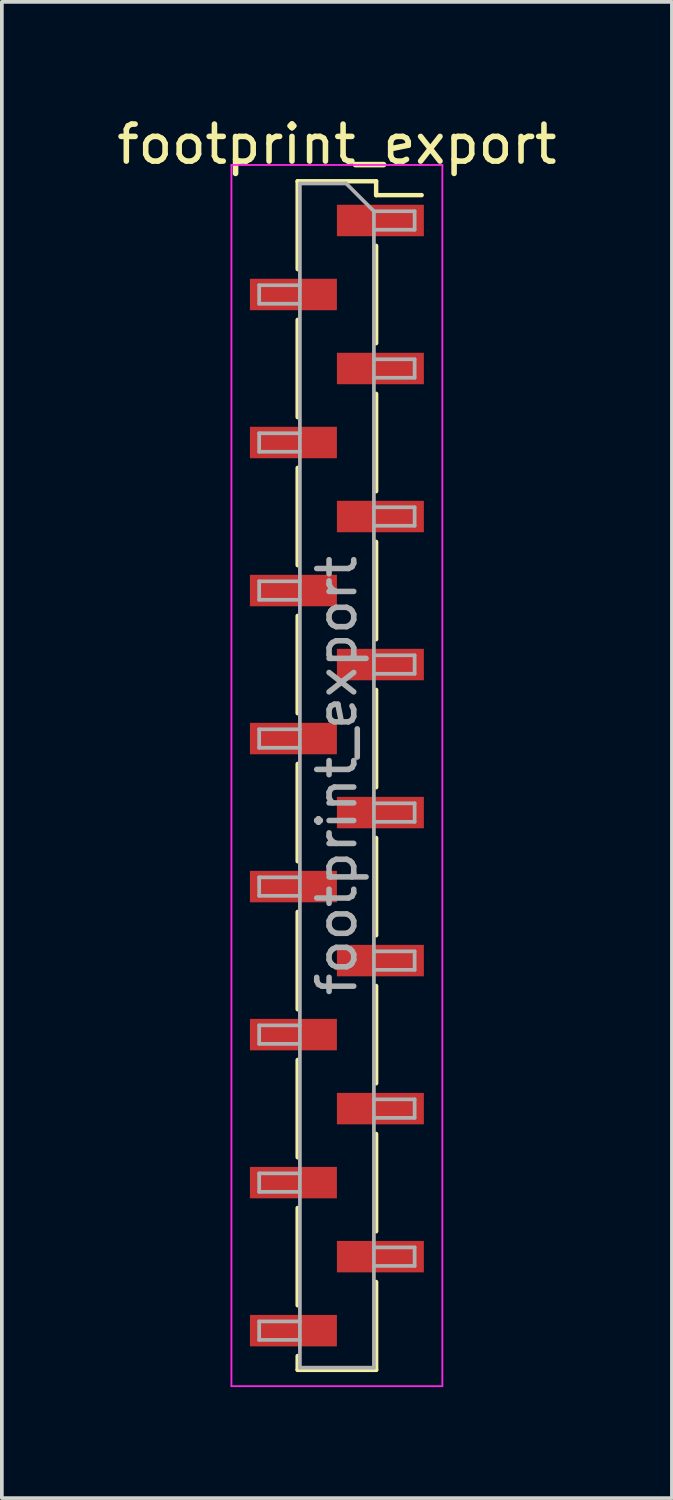
<source format=kicad_pcb>
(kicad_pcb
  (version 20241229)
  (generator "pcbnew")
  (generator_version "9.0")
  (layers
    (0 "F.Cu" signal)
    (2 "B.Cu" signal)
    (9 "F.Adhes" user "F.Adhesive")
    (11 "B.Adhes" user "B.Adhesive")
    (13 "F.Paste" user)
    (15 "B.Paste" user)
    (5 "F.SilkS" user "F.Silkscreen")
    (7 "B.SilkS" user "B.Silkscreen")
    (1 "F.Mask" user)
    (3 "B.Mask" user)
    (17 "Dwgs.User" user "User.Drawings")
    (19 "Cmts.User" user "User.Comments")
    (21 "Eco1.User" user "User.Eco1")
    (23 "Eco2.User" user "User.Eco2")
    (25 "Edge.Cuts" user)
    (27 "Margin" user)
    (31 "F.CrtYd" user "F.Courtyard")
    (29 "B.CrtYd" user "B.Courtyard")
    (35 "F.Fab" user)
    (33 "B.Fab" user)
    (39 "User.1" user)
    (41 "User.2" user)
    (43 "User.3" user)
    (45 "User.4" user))
  (footprint "footprint_export"
    (layer "F.Cu")
    (at 6.054 17.908)
    (property "Reference" "footprint_export" (at 0 -17.06 0) (layer "F.SilkS") (effects (font (size 1 1) (thickness 0.15))))
    (attr smd)
    (fp_line (start -1.06 -16.06) (end -1.06 -13.685) (stroke (width 0.12) (type solid)) (layer "F.SilkS"))
    (fp_line (start -1.06 -16.06) (end 1.06 -16.06) (stroke (width 0.12) (type solid)) (layer "F.SilkS"))
    (fp_line (start -1.06 -12.315) (end -1.06 -9.685) (stroke (width 0.12) (type solid)) (layer "F.SilkS"))
    (fp_line (start -1.06 -8.315) (end -1.06 -5.685) (stroke (width 0.12) (type solid)) (layer "F.SilkS"))
    (fp_line (start -1.06 -4.315) (end -1.06 -1.685) (stroke (width 0.12) (type solid)) (layer "F.SilkS"))
    (fp_line (start -1.06 -0.315) (end -1.06 2.315) (stroke (width 0.12) (type solid)) (layer "F.SilkS"))
    (fp_line (start -1.06 3.685) (end -1.06 6.315) (stroke (width 0.12) (type solid)) (layer "F.SilkS"))
    (fp_line (start -1.06 7.685) (end -1.06 10.315) (stroke (width 0.12) (type solid)) (layer "F.SilkS"))
    (fp_line (start -1.06 11.685) (end -1.06 14.315) (stroke (width 0.12) (type solid)) (layer "F.SilkS"))
    (fp_line (start -1.06 15.685) (end -1.06 16.06) (stroke (width 0.12) (type solid)) (layer "F.SilkS"))
    (fp_line (start -1.06 16.06) (end 1.06 16.06) (stroke (width 0.12) (type solid)) (layer "F.SilkS"))
    (fp_line (start 1.06 -16.06) (end 1.06 -15.685) (stroke (width 0.12) (type solid)) (layer "F.SilkS"))
    (fp_line (start 1.06 -15.685) (end 2.29 -15.685) (stroke (width 0.12) (type solid)) (layer "F.SilkS"))
    (fp_line (start 1.06 -14.315) (end 1.06 -11.685) (stroke (width 0.12) (type solid)) (layer "F.SilkS"))
    (fp_line (start 1.06 -10.315) (end 1.06 -7.685) (stroke (width 0.12) (type solid)) (layer "F.SilkS"))
    (fp_line (start 1.06 -6.315) (end 1.06 -3.685) (stroke (width 0.12) (type solid)) (layer "F.SilkS"))
    (fp_line (start 1.06 -2.315) (end 1.06 0.315) (stroke (width 0.12) (type solid)) (layer "F.SilkS"))
    (fp_line (start 1.06 1.685) (end 1.06 4.315) (stroke (width 0.12) (type solid)) (layer "F.SilkS"))
    (fp_line (start 1.06 5.685) (end 1.06 8.315) (stroke (width 0.12) (type solid)) (layer "F.SilkS"))
    (fp_line (start 1.06 9.685) (end 1.06 12.315) (stroke (width 0.12) (type solid)) (layer "F.SilkS"))
    (fp_line (start 1.06 13.685) (end 1.06 16.06) (stroke (width 0.12) (type solid)) (layer "F.SilkS"))
    (fp_line (start -2.85 -16.5) (end -2.85 16.5) (stroke (width 0.05) (type solid)) (layer "F.CrtYd"))
    (fp_line (start -2.85 16.5) (end 2.85 16.5) (stroke (width 0.05) (type solid)) (layer "F.CrtYd"))
    (fp_line (start 2.85 -16.5) (end -2.85 -16.5) (stroke (width 0.05) (type solid)) (layer "F.CrtYd"))
    (fp_line (start 2.85 16.5) (end 2.85 -16.5) (stroke (width 0.05) (type solid)) (layer "F.CrtYd"))
    (fp_line (start -2.1 -13.25) (end -2.1 -12.75) (stroke (width 0.1) (type solid)) (layer "F.Fab"))
    (fp_line (start -2.1 -12.75) (end -1 -12.75) (stroke (width 0.1) (type solid)) (layer "F.Fab"))
    (fp_line (start -2.1 -9.25) (end -2.1 -8.75) (stroke (width 0.1) (type solid)) (layer "F.Fab"))
    (fp_line (start -2.1 -8.75) (end -1 -8.75) (stroke (width 0.1) (type solid)) (layer "F.Fab"))
    (fp_line (start -2.1 -5.25) (end -2.1 -4.75) (stroke (width 0.1) (type solid)) (layer "F.Fab"))
    (fp_line (start -2.1 -4.75) (end -1 -4.75) (stroke (width 0.1) (type solid)) (layer "F.Fab"))
    (fp_line (start -2.1 -1.25) (end -2.1 -0.75) (stroke (width 0.1) (type solid)) (layer "F.Fab"))
    (fp_line (start -2.1 -0.75) (end -1 -0.75) (stroke (width 0.1) (type solid)) (layer "F.Fab"))
    (fp_line (start -2.1 2.75) (end -2.1 3.25) (stroke (width 0.1) (type solid)) (layer "F.Fab"))
    (fp_line (start -2.1 3.25) (end -1 3.25) (stroke (width 0.1) (type solid)) (layer "F.Fab"))
    (fp_line (start -2.1 6.75) (end -2.1 7.25) (stroke (width 0.1) (type solid)) (layer "F.Fab"))
    (fp_line (start -2.1 7.25) (end -1 7.25) (stroke (width 0.1) (type solid)) (layer "F.Fab"))
    (fp_line (start -2.1 10.75) (end -2.1 11.25) (stroke (width 0.1) (type solid)) (layer "F.Fab"))
    (fp_line (start -2.1 11.25) (end -1 11.25) (stroke (width 0.1) (type solid)) (layer "F.Fab"))
    (fp_line (start -2.1 14.75) (end -2.1 15.25) (stroke (width 0.1) (type solid)) (layer "F.Fab"))
    (fp_line (start -2.1 15.25) (end -1 15.25) (stroke (width 0.1) (type solid)) (layer "F.Fab"))
    (fp_line (start -1 -16) (end -1 16) (stroke (width 0.1) (type solid)) (layer "F.Fab"))
    (fp_line (start -1 -16) (end 0.25 -16) (stroke (width 0.1) (type solid)) (layer "F.Fab"))
    (fp_line (start -1 -13.25) (end -2.1 -13.25) (stroke (width 0.1) (type solid)) (layer "F.Fab"))
    (fp_line (start -1 -9.25) (end -2.1 -9.25) (stroke (width 0.1) (type solid)) (layer "F.Fab"))
    (fp_line (start -1 -5.25) (end -2.1 -5.25) (stroke (width 0.1) (type solid)) (layer "F.Fab"))
    (fp_line (start -1 -1.25) (end -2.1 -1.25) (stroke (width 0.1) (type solid)) (layer "F.Fab"))
    (fp_line (start -1 2.75) (end -2.1 2.75) (stroke (width 0.1) (type solid)) (layer "F.Fab"))
    (fp_line (start -1 6.75) (end -2.1 6.75) (stroke (width 0.1) (type solid)) (layer "F.Fab"))
    (fp_line (start -1 10.75) (end -2.1 10.75) (stroke (width 0.1) (type solid)) (layer "F.Fab"))
    (fp_line (start -1 14.75) (end -2.1 14.75) (stroke (width 0.1) (type solid)) (layer "F.Fab"))
    (fp_line (start 1 -15.25) (end 0.25 -16) (stroke (width 0.1) (type solid)) (layer "F.Fab"))
    (fp_line (start 1 -15.25) (end 2.1 -15.25) (stroke (width 0.1) (type solid)) (layer "F.Fab"))
    (fp_line (start 1 -11.25) (end 2.1 -11.25) (stroke (width 0.1) (type solid)) (layer "F.Fab"))
    (fp_line (start 1 -7.25) (end 2.1 -7.25) (stroke (width 0.1) (type solid)) (layer "F.Fab"))
    (fp_line (start 1 -3.25) (end 2.1 -3.25) (stroke (width 0.1) (type solid)) (layer "F.Fab"))
    (fp_line (start 1 0.75) (end 2.1 0.75) (stroke (width 0.1) (type solid)) (layer "F.Fab"))
    (fp_line (start 1 4.75) (end 2.1 4.75) (stroke (width 0.1) (type solid)) (layer "F.Fab"))
    (fp_line (start 1 8.75) (end 2.1 8.75) (stroke (width 0.1) (type solid)) (layer "F.Fab"))
    (fp_line (start 1 12.75) (end 2.1 12.75) (stroke (width 0.1) (type solid)) (layer "F.Fab"))
    (fp_line (start 1 16) (end -1 16) (stroke (width 0.1) (type solid)) (layer "F.Fab"))
    (fp_line (start 1 16) (end 1 -15.25) (stroke (width 0.1) (type solid)) (layer "F.Fab"))
    (fp_line (start 2.1 -15.25) (end 2.1 -14.75) (stroke (width 0.1) (type solid)) (layer "F.Fab"))
    (fp_line (start 2.1 -14.75) (end 1 -14.75) (stroke (width 0.1) (type solid)) (layer "F.Fab"))
    (fp_line (start 2.1 -11.25) (end 2.1 -10.75) (stroke (width 0.1) (type solid)) (layer "F.Fab"))
    (fp_line (start 2.1 -10.75) (end 1 -10.75) (stroke (width 0.1) (type solid)) (layer "F.Fab"))
    (fp_line (start 2.1 -7.25) (end 2.1 -6.75) (stroke (width 0.1) (type solid)) (layer "F.Fab"))
    (fp_line (start 2.1 -6.75) (end 1 -6.75) (stroke (width 0.1) (type solid)) (layer "F.Fab"))
    (fp_line (start 2.1 -3.25) (end 2.1 -2.75) (stroke (width 0.1) (type solid)) (layer "F.Fab"))
    (fp_line (start 2.1 -2.75) (end 1 -2.75) (stroke (width 0.1) (type solid)) (layer "F.Fab"))
    (fp_line (start 2.1 0.75) (end 2.1 1.25) (stroke (width 0.1) (type solid)) (layer "F.Fab"))
    (fp_line (start 2.1 1.25) (end 1 1.25) (stroke (width 0.1) (type solid)) (layer "F.Fab"))
    (fp_line (start 2.1 4.75) (end 2.1 5.25) (stroke (width 0.1) (type solid)) (layer "F.Fab"))
    (fp_line (start 2.1 5.25) (end 1 5.25) (stroke (width 0.1) (type solid)) (layer "F.Fab"))
    (fp_line (start 2.1 8.75) (end 2.1 9.25) (stroke (width 0.1) (type solid)) (layer "F.Fab"))
    (fp_line (start 2.1 9.25) (end 1 9.25) (stroke (width 0.1) (type solid)) (layer "F.Fab"))
    (fp_line (start 2.1 12.75) (end 2.1 13.25) (stroke (width 0.1) (type solid)) (layer "F.Fab"))
    (fp_line (start 2.1 13.25) (end 1 13.25) (stroke (width 0.1) (type solid)) (layer "F.Fab"))
    (fp_text user "${REFERENCE}" (at 0 0 90) (layer "F.Fab") (effects (font (size 1 1) (thickness 0.15))))
    (pad "1" smd rect (at 1.175 -15) (size 2.35 0.85) (layers "F.Cu" "F.Mask" "F.Paste"))
    (pad "2" smd rect (at -1.175 -13) (size 2.35 0.85) (layers "F.Cu" "F.Mask" "F.Paste"))
    (pad "3" smd rect (at 1.175 -11) (size 2.35 0.85) (layers "F.Cu" "F.Mask" "F.Paste"))
    (pad "4" smd rect (at -1.175 -9) (size 2.35 0.85) (layers "F.Cu" "F.Mask" "F.Paste"))
    (pad "5" smd rect (at 1.175 -7) (size 2.35 0.85) (layers "F.Cu" "F.Mask" "F.Paste"))
    (pad "6" smd rect (at -1.175 -5) (size 2.35 0.85) (layers "F.Cu" "F.Mask" "F.Paste"))
    (pad "7" smd rect (at 1.175 -3) (size 2.35 0.85) (layers "F.Cu" "F.Mask" "F.Paste"))
    (pad "8" smd rect (at -1.175 -1) (size 2.35 0.85) (layers "F.Cu" "F.Mask" "F.Paste"))
    (pad "9" smd rect (at 1.175 1) (size 2.35 0.85) (layers "F.Cu" "F.Mask" "F.Paste"))
    (pad "10" smd rect (at -1.175 3) (size 2.35 0.85) (layers "F.Cu" "F.Mask" "F.Paste"))
    (pad "11" smd rect (at 1.175 5) (size 2.35 0.85) (layers "F.Cu" "F.Mask" "F.Paste"))
    (pad "12" smd rect (at -1.175 7) (size 2.35 0.85) (layers "F.Cu" "F.Mask" "F.Paste"))
    (pad "13" smd rect (at 1.175 9) (size 2.35 0.85) (layers "F.Cu" "F.Mask" "F.Paste"))
    (pad "14" smd rect (at -1.175 11) (size 2.35 0.85) (layers "F.Cu" "F.Mask" "F.Paste"))
    (pad "15" smd rect (at 1.175 13) (size 2.35 0.85) (layers "F.Cu" "F.Mask" "F.Paste"))
    (pad "16" smd rect (at -1.175 15) (size 2.35 0.85) (layers "F.Cu" "F.Mask" "F.Paste")))
  (gr_rect
    (start -3 -3)
    (end 15.107 37.433)
    (stroke (width 0.1) (type default))
    (fill no)
    (layer "Edge.Cuts")))
</source>
